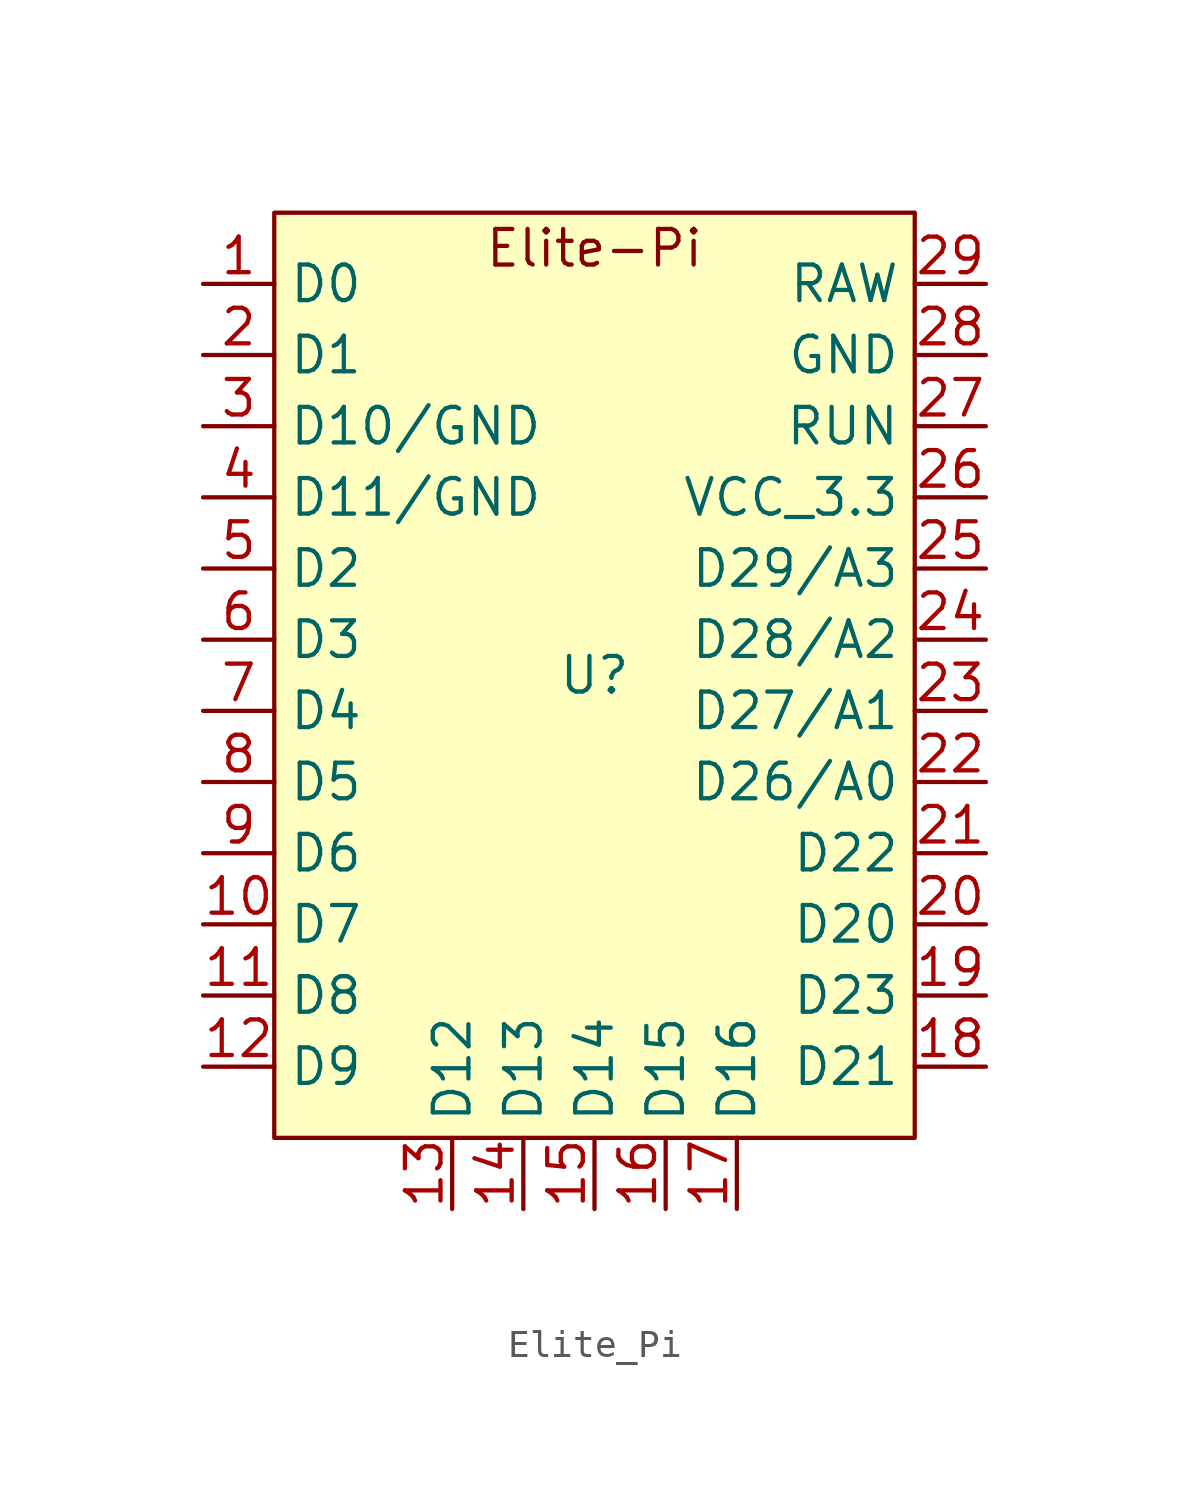
<source format=kicad_sym>
(kicad_symbol_lib
  (version 20231120)
  (generator "kicad_symbol_editor")
  (generator_version "8.0")
  (symbol "Elite_Pi"
    (property "Reference" "U"
      (at 0 0 0)
      (effects (font (size 1.27 1.27))))
    (property "Value" ""
      (at 0 0 0)
      (effects (font (size 1.27 1.27))))
    (symbol "Elite_Pi_1_1"
      (rectangle (start -11.43 16.51) (end 11.43 -16.51) (stroke (width 0) (type default)) (fill (type background)))
      (text "Elite-Pi" (at 0 15.24 0) (effects (font (size 1.27 1.27))))
      (pin bidirectional line (at -13.97 13.97 0) (length 2.54) (name "D0" (effects (font (size 1.27 1.27)))) (number "1" (effects (font (size 1.27 1.27)))))
      (pin bidirectional line (at -13.97 -8.89 0) (length 2.54) (name "D7" (effects (font (size 1.27 1.27)))) (number "10" (effects (font (size 1.27 1.27)))))
      (pin bidirectional line (at -13.97 -11.43 0) (length 2.54) (name "D8" (effects (font (size 1.27 1.27)))) (number "11" (effects (font (size 1.27 1.27)))))
      (pin bidirectional line (at -13.97 -13.97 0) (length 2.54) (name "D9" (effects (font (size 1.27 1.27)))) (number "12" (effects (font (size 1.27 1.27)))))
      (pin bidirectional line (at -5.08 -19.05 90) (length 2.54) (name "D12" (effects (font (size 1.27 1.27)))) (number "13" (effects (font (size 1.27 1.27)))))
      (pin bidirectional line (at -2.54 -19.05 90) (length 2.54) (name "D13" (effects (font (size 1.27 1.27)))) (number "14" (effects (font (size 1.27 1.27)))))
      (pin bidirectional line (at 0 -19.05 90) (length 2.54) (name "D14" (effects (font (size 1.27 1.27)))) (number "15" (effects (font (size 1.27 1.27)))))
      (pin bidirectional line (at 2.54 -19.05 90) (length 2.54) (name "D15" (effects (font (size 1.27 1.27)))) (number "16" (effects (font (size 1.27 1.27)))))
      (pin bidirectional line (at 5.08 -19.05 90) (length 2.54) (name "D16" (effects (font (size 1.27 1.27)))) (number "17" (effects (font (size 1.27 1.27)))))
      (pin bidirectional line (at 13.97 -13.97 180) (length 2.54) (name "D21" (effects (font (size 1.27 1.27)))) (number "18" (effects (font (size 1.27 1.27)))))
      (pin bidirectional line (at 13.97 -11.43 180) (length 2.54) (name "D23" (effects (font (size 1.27 1.27)))) (number "19" (effects (font (size 1.27 1.27)))))
      (pin bidirectional line (at -13.97 11.43 0) (length 2.54) (name "D1" (effects (font (size 1.27 1.27)))) (number "2" (effects (font (size 1.27 1.27)))))
      (pin bidirectional line (at 13.97 -8.89 180) (length 2.54) (name "D20" (effects (font (size 1.27 1.27)))) (number "20" (effects (font (size 1.27 1.27)))))
      (pin bidirectional line (at 13.97 -6.35 180) (length 2.54) (name "D22" (effects (font (size 1.27 1.27)))) (number "21" (effects (font (size 1.27 1.27)))))
      (pin bidirectional line (at 13.97 -3.81 180) (length 2.54) (name "D26/A0" (effects (font (size 1.27 1.27)))) (number "22" (effects (font (size 1.27 1.27)))))
      (pin bidirectional line (at 13.97 -1.27 180) (length 2.54) (name "D27/A1" (effects (font (size 1.27 1.27)))) (number "23" (effects (font (size 1.27 1.27)))))
      (pin bidirectional line (at 13.97 1.27 180) (length 2.54) (name "D28/A2" (effects (font (size 1.27 1.27)))) (number "24" (effects (font (size 1.27 1.27)))))
      (pin bidirectional line (at 13.97 3.81 180) (length 2.54) (name "D29/A3" (effects (font (size 1.27 1.27)))) (number "25" (effects (font (size 1.27 1.27)))))
      (pin power_out line (at 13.97 6.35 180) (length 2.54) (name "VCC_3.3" (effects (font (size 1.27 1.27)))) (number "26" (effects (font (size 1.27 1.27)))))
      (pin bidirectional line (at 13.97 8.89 180) (length 2.54) (name "RUN" (effects (font (size 1.27 1.27)))) (number "27" (effects (font (size 1.27 1.27)))))
      (pin power_in line (at 13.97 11.43 180) (length 2.54) (name "GND" (effects (font (size 1.27 1.27)))) (number "28" (effects (font (size 1.27 1.27)))))
      (pin power_out line (at 13.97 13.97 180) (length 2.54) (name "RAW" (effects (font (size 1.27 1.27)))) (number "29" (effects (font (size 1.27 1.27)))))
      (pin power_in line (at -13.97 8.89 0) (length 2.54) (name "D10/GND" (effects (font (size 1.27 1.27)))) (number "3" (effects (font (size 1.27 1.27)))))
      (pin power_in line (at -13.97 6.35 0) (length 2.54) (name "D11/GND" (effects (font (size 1.27 1.27)))) (number "4" (effects (font (size 1.27 1.27)))))
      (pin bidirectional line (at -13.97 3.81 0) (length 2.54) (name "D2" (effects (font (size 1.27 1.27)))) (number "5" (effects (font (size 1.27 1.27)))))
      (pin bidirectional line (at -13.97 1.27 0) (length 2.54) (name "D3" (effects (font (size 1.27 1.27)))) (number "6" (effects (font (size 1.27 1.27)))))
      (pin bidirectional line (at -13.97 -1.27 0) (length 2.54) (name "D4" (effects (font (size 1.27 1.27)))) (number "7" (effects (font (size 1.27 1.27)))))
      (pin bidirectional line (at -13.97 -3.81 0) (length 2.54) (name "D5" (effects (font (size 1.27 1.27)))) (number "8" (effects (font (size 1.27 1.27)))))
      (pin bidirectional line (at -13.97 -6.35 0) (length 2.54) (name "D6" (effects (font (size 1.27 1.27)))) (number "9" (effects (font (size 1.27 1.27))))))))
</source>
